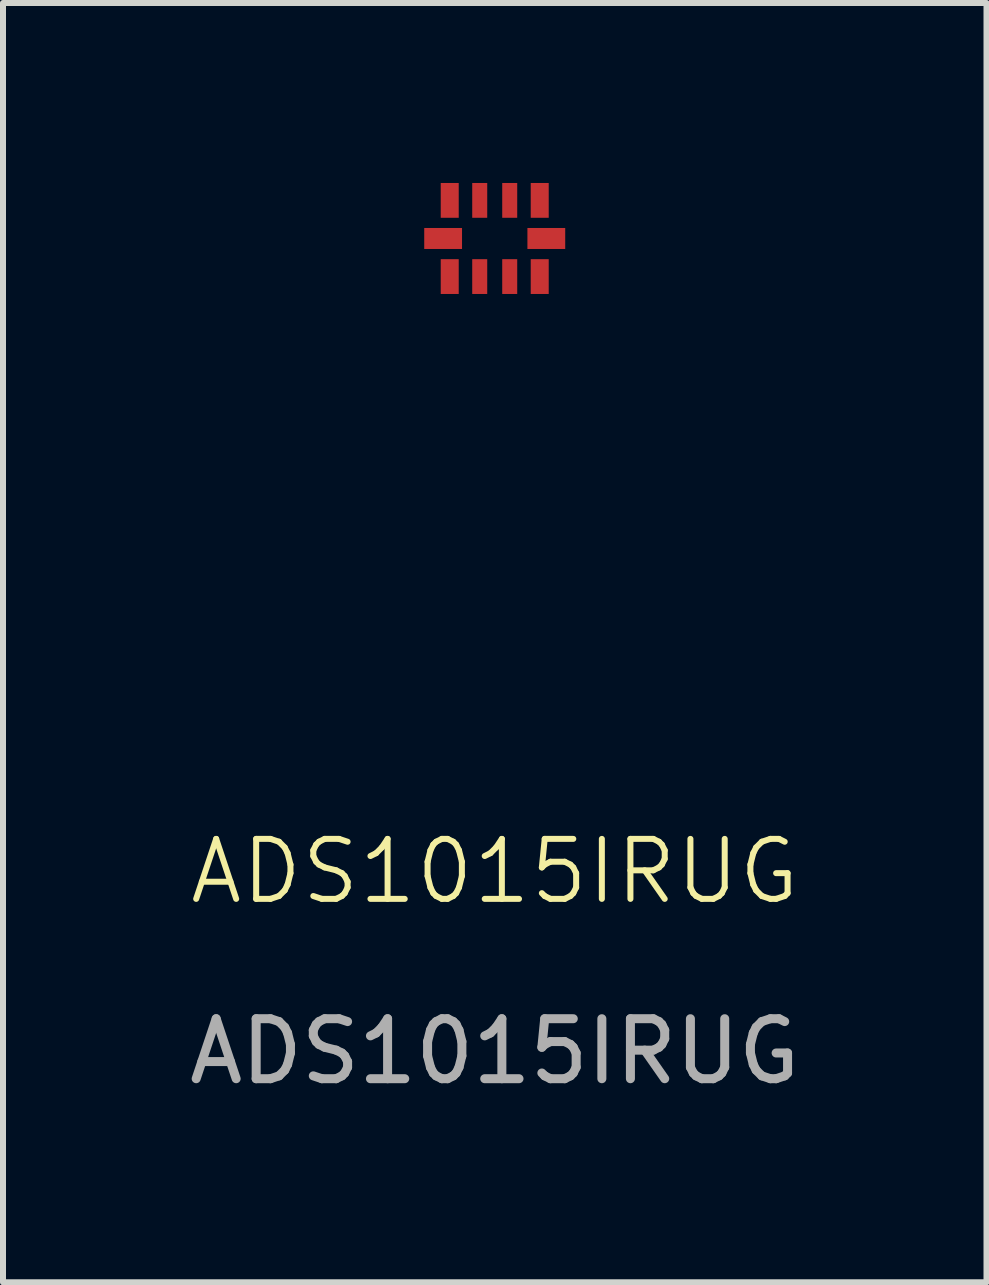
<source format=kicad_pcb>
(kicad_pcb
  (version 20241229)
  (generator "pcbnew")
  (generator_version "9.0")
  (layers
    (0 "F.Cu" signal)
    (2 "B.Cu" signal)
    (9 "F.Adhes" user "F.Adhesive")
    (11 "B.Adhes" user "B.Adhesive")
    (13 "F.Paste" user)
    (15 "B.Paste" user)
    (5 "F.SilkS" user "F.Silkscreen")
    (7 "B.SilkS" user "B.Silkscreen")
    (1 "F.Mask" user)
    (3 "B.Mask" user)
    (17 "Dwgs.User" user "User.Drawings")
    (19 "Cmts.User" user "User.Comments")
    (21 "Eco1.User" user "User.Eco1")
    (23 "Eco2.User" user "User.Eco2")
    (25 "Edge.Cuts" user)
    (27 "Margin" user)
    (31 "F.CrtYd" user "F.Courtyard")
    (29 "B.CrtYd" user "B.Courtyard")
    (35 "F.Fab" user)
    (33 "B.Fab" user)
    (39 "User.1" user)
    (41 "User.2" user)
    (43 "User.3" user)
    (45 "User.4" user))
  (footprint "ADS1015IRUG"
    (layer "F.Cu")
    (at 5.196 0.925)
    (property "Reference" "ADS1015IRUG" (at 0 10.55 0) (unlocked yes) (layer "F.SilkS") (effects (font (size 1 1) (thickness 0.1))))
    (attr smd)
    (fp_text user "${REFERENCE}" (at 0 13.55 0) (unlocked yes) (layer "F.Fab") (effects (font (size 1 1) (thickness 0.15))))
    (pad "1" smd rect (at -0.75 0.635) (size 0.3 0.58) (layers "F.Cu" "F.Mask" "F.Paste"))
    (pad "2" smd rect (at -0.25 0.635) (size 0.25 0.58) (layers "F.Cu" "F.Mask" "F.Paste"))
    (pad "3" smd rect (at 0.25 0.635) (size 0.25 0.58) (layers "F.Cu" "F.Mask" "F.Paste"))
    (pad "4" smd rect (at 0.75 0.635) (size 0.3 0.58) (layers "F.Cu" "F.Mask" "F.Paste"))
    (pad "5" smd rect (at 0.86 0) (size 0.63 0.35) (layers "F.Cu" "F.Mask" "F.Paste"))
    (pad "6" smd rect (at 0.75 -0.635) (size 0.3 0.58) (layers "F.Cu" "F.Mask" "F.Paste"))
    (pad "7" smd rect (at 0.25 -0.635 180) (size 0.25 0.58) (layers "F.Cu" "F.Mask" "F.Paste"))
    (pad "8" smd rect (at -0.25 -0.635 180) (size 0.25 0.58) (layers "F.Cu" "F.Mask" "F.Paste"))
    (pad "9" smd rect (at -0.75 -0.635) (size 0.3 0.58) (layers "F.Cu" "F.Mask" "F.Paste"))
    (pad "10" smd rect (at -0.86 0) (size 0.63 0.35) (layers "F.Cu" "F.Mask" "F.Paste")))
  (gr_rect
    (start -3 -3)
    (end 13.393 18.323)
    (stroke (width 0.1) (type default))
    (fill no)
    (layer "Edge.Cuts")))
</source>
